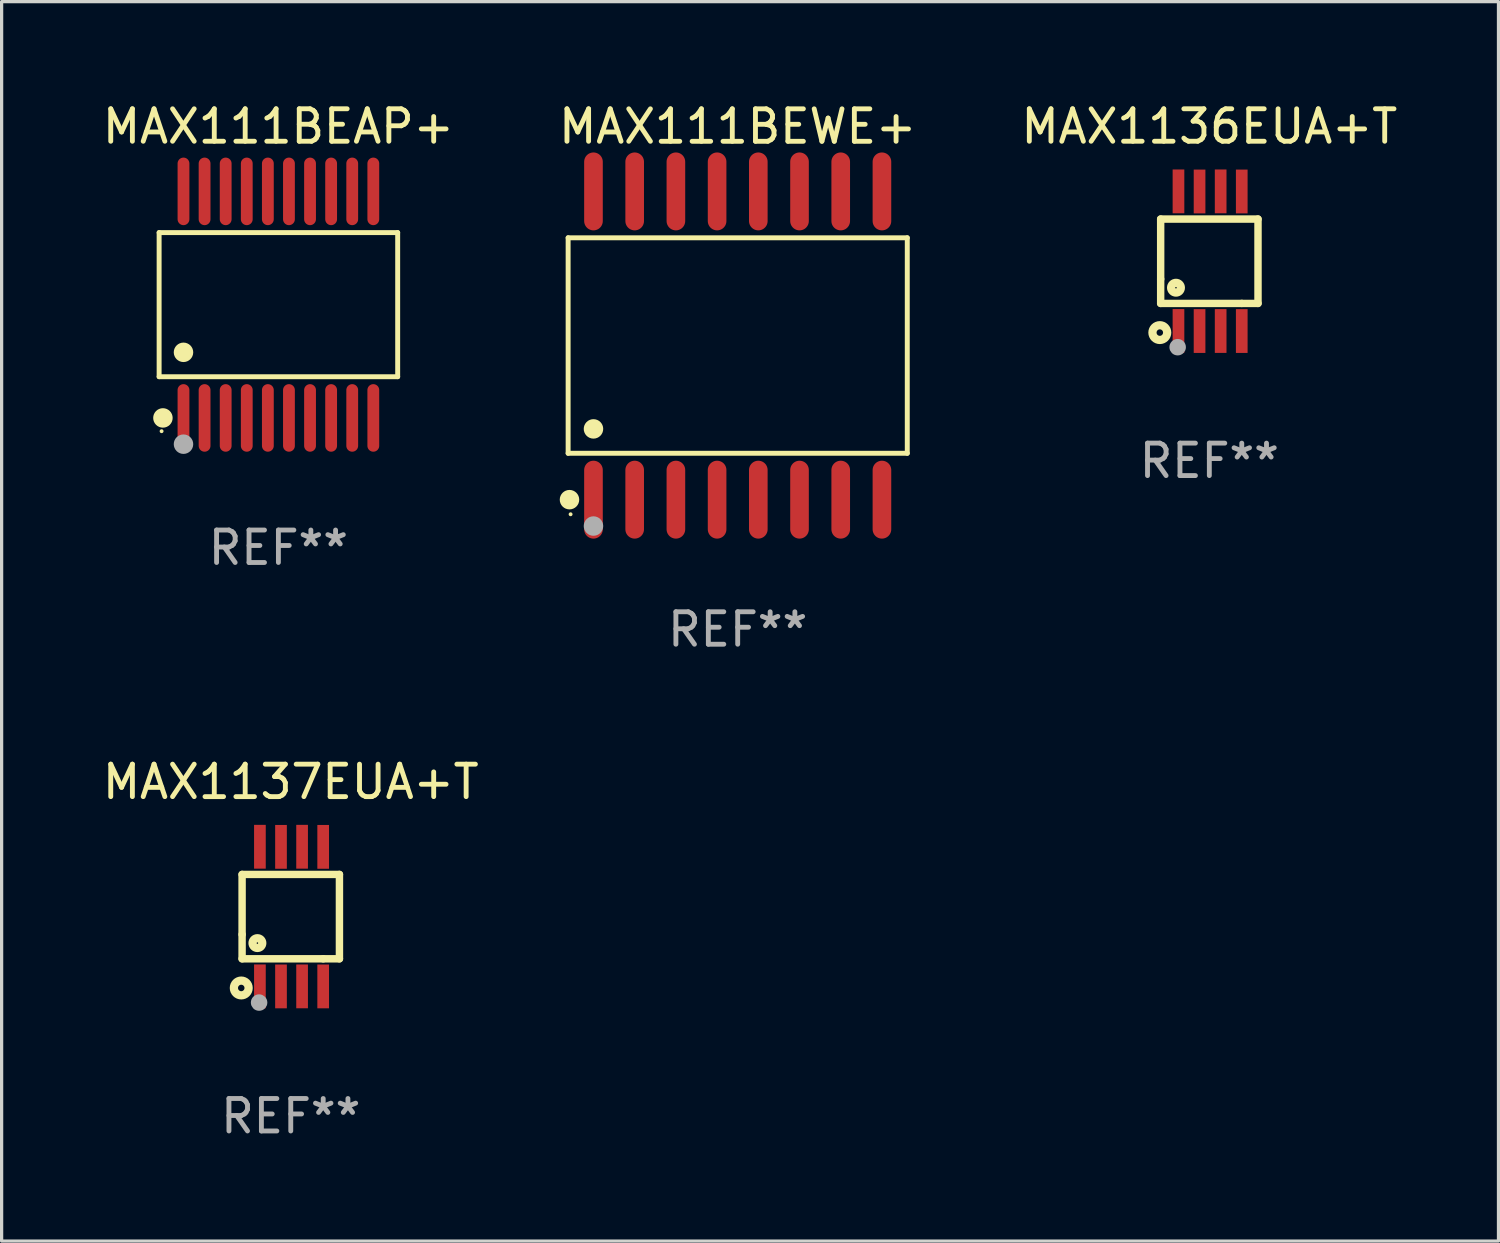
<source format=kicad_pcb>
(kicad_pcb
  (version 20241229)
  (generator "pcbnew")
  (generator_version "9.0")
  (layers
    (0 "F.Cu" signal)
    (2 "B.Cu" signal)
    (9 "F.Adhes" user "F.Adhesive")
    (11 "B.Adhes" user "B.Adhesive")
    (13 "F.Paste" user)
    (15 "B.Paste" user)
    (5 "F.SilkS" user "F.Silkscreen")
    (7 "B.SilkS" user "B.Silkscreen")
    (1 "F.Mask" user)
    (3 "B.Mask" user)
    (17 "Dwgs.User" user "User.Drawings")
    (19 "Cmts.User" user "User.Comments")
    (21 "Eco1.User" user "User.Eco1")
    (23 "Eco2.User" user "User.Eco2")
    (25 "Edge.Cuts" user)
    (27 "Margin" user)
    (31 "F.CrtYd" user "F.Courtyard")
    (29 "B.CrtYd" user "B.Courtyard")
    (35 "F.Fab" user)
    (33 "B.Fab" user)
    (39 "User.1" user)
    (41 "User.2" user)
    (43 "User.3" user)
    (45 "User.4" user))
  (footprint "MAX1137EUA+T"
    (layer "F.Cu")
    (at 5.911 25.198)
    (property "Reference" "MAX1137EUA+T" (at 0 -4.152 0) (layer "F.SilkS") (effects (font (size 1 1) (thickness 0.15))))
    (attr through_hole)
    (fp_line (start -1.5 1.301) (end 1 1.301) (stroke (width 0.229) (type solid)) (layer "F.SilkS"))
    (fp_line (start -1.5 -1.299) (end -1.5 0.551) (stroke (width 0.229) (type solid)) (layer "F.SilkS"))
    (fp_line (start -1.5 0.551) (end -1.5 1.301) (stroke (width 0.229) (type solid)) (layer "F.SilkS"))
    (fp_line (start 1 1.301) (end 1.5 1.301) (stroke (width 0.229) (type solid)) (layer "F.SilkS"))
    (fp_line (start 1.5 1.301) (end 1.5 -1.299) (stroke (width 0.229) (type solid)) (layer "F.SilkS"))
    (fp_line (start 1.5 -1.299) (end -1.5 -1.299) (stroke (width 0.229) (type solid)) (layer "F.SilkS"))
    (fp_circle (center -1.526 2.2) (end -1.426 2.2) (stroke (width 0.254) (type solid)) (fill no) (layer "F.SilkS"))
    (fp_circle (center -1.476 2.45) (end -1.446 2.45) (stroke (width 0.06) (type solid)) (fill no) (layer "F.SilkS"))
    (fp_circle (center -1.028 0.817) (end -0.878 0.817) (stroke (width 0.254) (type solid)) (fill no) (layer "F.SilkS"))
    (fp_circle (center -0.976 2.65) (end -0.849 2.65) (stroke (width 0.254) (type solid)) (fill no) (layer "F.Fab"))
    (fp_text user "REF**" (at 0 6.152 0) (layer "F.Fab") (effects (font (size 1 1) (thickness 0.15))))
    (pad "1" smd rect (at -0.951 2.15) (size 0.36 1.35) (layers "F.Cu" "F.Mask" "F.Paste"))
    (pad "2" smd rect (at -0.301 2.152) (size 0.36 1.35) (layers "F.Cu" "F.Mask" "F.Paste"))
    (pad "3" smd rect (at 0.349 2.151) (size 0.36 1.35) (layers "F.Cu" "F.Mask" "F.Paste"))
    (pad "4" smd rect (at 0.999 2.152) (size 0.36 1.35) (layers "F.Cu" "F.Mask" "F.Paste"))
    (pad "5" smd rect (at 0.999 -2.149) (size 0.36 1.35) (layers "F.Cu" "F.Mask" "F.Paste"))
    (pad "6" smd rect (at 0.349 -2.152) (size 0.36 1.35) (layers "F.Cu" "F.Mask" "F.Paste"))
    (pad "7" smd rect (at -0.301 -2.149) (size 0.36 1.35) (layers "F.Cu" "F.Mask" "F.Paste"))
    (pad "8" smd rect (at -0.951 -2.152) (size 0.36 1.35) (layers "F.Cu" "F.Mask" "F.Paste")))
  (footprint "MAX1136EUA+T"
    (layer "F.Cu")
    (at 34.22 5)
    (property "Reference" "MAX1136EUA+T" (at 0 -4.152 0) (layer "F.SilkS") (effects (font (size 1 1) (thickness 0.15))))
    (attr through_hole)
    (fp_line (start -1.5 1.301) (end 1 1.301) (stroke (width 0.229) (type solid)) (layer "F.SilkS"))
    (fp_line (start -1.5 -1.299) (end -1.5 0.551) (stroke (width 0.229) (type solid)) (layer "F.SilkS"))
    (fp_line (start -1.5 0.551) (end -1.5 1.301) (stroke (width 0.229) (type solid)) (layer "F.SilkS"))
    (fp_line (start 1 1.301) (end 1.5 1.301) (stroke (width 0.229) (type solid)) (layer "F.SilkS"))
    (fp_line (start 1.5 1.301) (end 1.5 -1.299) (stroke (width 0.229) (type solid)) (layer "F.SilkS"))
    (fp_line (start 1.5 -1.299) (end -1.5 -1.299) (stroke (width 0.229) (type solid)) (layer "F.SilkS"))
    (fp_circle (center -1.526 2.2) (end -1.426 2.2) (stroke (width 0.254) (type solid)) (fill no) (layer "F.SilkS"))
    (fp_circle (center -1.476 2.45) (end -1.446 2.45) (stroke (width 0.06) (type solid)) (fill no) (layer "F.SilkS"))
    (fp_circle (center -1.028 0.817) (end -0.878 0.817) (stroke (width 0.254) (type solid)) (fill no) (layer "F.SilkS"))
    (fp_circle (center -0.976 2.65) (end -0.849 2.65) (stroke (width 0.254) (type solid)) (fill no) (layer "F.Fab"))
    (fp_text user "REF**" (at 0 6.152 0) (layer "F.Fab") (effects (font (size 1 1) (thickness 0.15))))
    (pad "1" smd rect (at -0.951 2.15) (size 0.36 1.35) (layers "F.Cu" "F.Mask" "F.Paste"))
    (pad "2" smd rect (at -0.301 2.152) (size 0.36 1.35) (layers "F.Cu" "F.Mask" "F.Paste"))
    (pad "3" smd rect (at 0.349 2.151) (size 0.36 1.35) (layers "F.Cu" "F.Mask" "F.Paste"))
    (pad "4" smd rect (at 0.999 2.152) (size 0.36 1.35) (layers "F.Cu" "F.Mask" "F.Paste"))
    (pad "5" smd rect (at 0.999 -2.149) (size 0.36 1.35) (layers "F.Cu" "F.Mask" "F.Paste"))
    (pad "6" smd rect (at 0.349 -2.152) (size 0.36 1.35) (layers "F.Cu" "F.Mask" "F.Paste"))
    (pad "7" smd rect (at -0.301 -2.149) (size 0.36 1.35) (layers "F.Cu" "F.Mask" "F.Paste"))
    (pad "8" smd rect (at -0.951 -2.152) (size 0.36 1.35) (layers "F.Cu" "F.Mask" "F.Paste")))
  (footprint "MAX111BEWE+"
    (layer "F.Cu")
    (at 19.685 7.599)
    (property "Reference" "MAX111BEWE+" (at 0 -6.75 0) (layer "F.SilkS") (effects (font (size 1 1) (thickness 0.15))))
    (attr through_hole)
    (fp_line (start -5.226 -3.321) (end 5.226 -3.321) (stroke (width 0.152) (type solid)) (layer "F.SilkS"))
    (fp_line (start -5.226 3.321) (end -5.226 -3.321) (stroke (width 0.152) (type solid)) (layer "F.SilkS"))
    (fp_line (start 5.226 -3.321) (end 5.226 3.321) (stroke (width 0.152) (type solid)) (layer "F.SilkS"))
    (fp_line (start 5.226 3.321) (end -5.226 3.321) (stroke (width 0.152) (type solid)) (layer "F.SilkS"))
    (fp_circle (center -5.184 4.75) (end -5.034 4.75) (stroke (width 0.3) (type solid)) (fill no) (layer "F.SilkS"))
    (fp_circle (center -5.15 5.2) (end -5.12 5.2) (stroke (width 0.06) (type solid)) (fill no) (layer "F.SilkS"))
    (fp_circle (center -4.445 2.569) (end -4.295 2.569) (stroke (width 0.3) (type solid)) (fill no) (layer "F.SilkS"))
    (fp_circle (center -4.445 5.563) (end -4.295 5.563) (stroke (width 0.3) (type solid)) (fill no) (layer "F.Fab"))
    (fp_text user "REF**" (at 0 8.75 0) (layer "F.Fab") (effects (font (size 1 1) (thickness 0.15))))
    (pad "1" smd oval (at -4.445 4.75) (size 0.574 2.401) (layers "F.Cu" "F.Mask" "F.Paste"))
    (pad "2" smd oval (at -3.175 4.75) (size 0.574 2.401) (layers "F.Cu" "F.Mask" "F.Paste"))
    (pad "3" smd oval (at -1.905 4.75) (size 0.574 2.401) (layers "F.Cu" "F.Mask" "F.Paste"))
    (pad "4" smd oval (at -0.635 4.75) (size 0.574 2.401) (layers "F.Cu" "F.Mask" "F.Paste"))
    (pad "5" smd oval (at 0.635 4.75) (size 0.574 2.401) (layers "F.Cu" "F.Mask" "F.Paste"))
    (pad "6" smd oval (at 1.905 4.75) (size 0.574 2.401) (layers "F.Cu" "F.Mask" "F.Paste"))
    (pad "7" smd oval (at 3.175 4.75) (size 0.574 2.401) (layers "F.Cu" "F.Mask" "F.Paste"))
    (pad "8" smd oval (at 4.445 4.75) (size 0.574 2.401) (layers "F.Cu" "F.Mask" "F.Paste"))
    (pad "9" smd oval (at 4.445 -4.75) (size 0.574 2.401) (layers "F.Cu" "F.Mask" "F.Paste"))
    (pad "10" smd oval (at 3.175 -4.75) (size 0.574 2.401) (layers "F.Cu" "F.Mask" "F.Paste"))
    (pad "11" smd oval (at 1.905 -4.75) (size 0.574 2.401) (layers "F.Cu" "F.Mask" "F.Paste"))
    (pad "12" smd oval (at 0.635 -4.75) (size 0.574 2.401) (layers "F.Cu" "F.Mask" "F.Paste"))
    (pad "13" smd oval (at -0.635 -4.75) (size 0.574 2.401) (layers "F.Cu" "F.Mask" "F.Paste"))
    (pad "14" smd oval (at -1.905 -4.75) (size 0.574 2.401) (layers "F.Cu" "F.Mask" "F.Paste"))
    (pad "15" smd oval (at -3.175 -4.75) (size 0.574 2.401) (layers "F.Cu" "F.Mask" "F.Paste"))
    (pad "16" smd oval (at -4.445 -4.75) (size 0.574 2.401) (layers "F.Cu" "F.Mask" "F.Paste")))
  (footprint "MAX111BEAP+"
    (layer "F.Cu")
    (at 5.53 6.339)
    (property "Reference" "MAX111BEAP+" (at 0 -5.491 0) (layer "F.SilkS") (effects (font (size 1 1) (thickness 0.15))))
    (attr through_hole)
    (fp_line (start -3.676 -2.221) (end 3.676 -2.221) (stroke (width 0.152) (type solid)) (layer "F.SilkS"))
    (fp_line (start -3.676 2.221) (end -3.676 -2.221) (stroke (width 0.152) (type solid)) (layer "F.SilkS"))
    (fp_line (start 3.676 -2.221) (end 3.676 2.221) (stroke (width 0.152) (type solid)) (layer "F.SilkS"))
    (fp_line (start 3.676 2.221) (end -3.676 2.221) (stroke (width 0.152) (type solid)) (layer "F.SilkS"))
    (fp_circle (center -3.6 3.9) (end -3.57 3.9) (stroke (width 0.06) (type solid)) (fill no) (layer "F.SilkS"))
    (fp_circle (center -3.559 3.491) (end -3.409 3.491) (stroke (width 0.3) (type solid)) (fill no) (layer "F.SilkS"))
    (fp_circle (center -2.925 1.469) (end -2.775 1.469) (stroke (width 0.3) (type solid)) (fill no) (layer "F.SilkS"))
    (fp_circle (center -2.925 4.3) (end -2.775 4.3) (stroke (width 0.3) (type solid)) (fill no) (layer "F.Fab"))
    (fp_text user "REF**" (at 0 7.491 0) (layer "F.Fab") (effects (font (size 1 1) (thickness 0.15))))
    (pad "1" smd oval (at -2.925 3.491) (size 0.364 2.082) (layers "F.Cu" "F.Mask" "F.Paste"))
    (pad "2" smd oval (at -2.275 3.491) (size 0.364 2.082) (layers "F.Cu" "F.Mask" "F.Paste"))
    (pad "3" smd oval (at -1.625 3.491) (size 0.364 2.082) (layers "F.Cu" "F.Mask" "F.Paste"))
    (pad "4" smd oval (at -0.975 3.491) (size 0.364 2.082) (layers "F.Cu" "F.Mask" "F.Paste"))
    (pad "5" smd oval (at -0.325 3.491) (size 0.364 2.082) (layers "F.Cu" "F.Mask" "F.Paste"))
    (pad "6" smd oval (at 0.325 3.491) (size 0.364 2.082) (layers "F.Cu" "F.Mask" "F.Paste"))
    (pad "7" smd oval (at 0.975 3.491) (size 0.364 2.082) (layers "F.Cu" "F.Mask" "F.Paste"))
    (pad "8" smd oval (at 1.625 3.491) (size 0.364 2.082) (layers "F.Cu" "F.Mask" "F.Paste"))
    (pad "9" smd oval (at 2.275 3.491) (size 0.364 2.082) (layers "F.Cu" "F.Mask" "F.Paste"))
    (pad "10" smd oval (at 2.925 3.491) (size 0.364 2.082) (layers "F.Cu" "F.Mask" "F.Paste"))
    (pad "11" smd oval (at 2.925 -3.491) (size 0.364 2.082) (layers "F.Cu" "F.Mask" "F.Paste"))
    (pad "12" smd oval (at 2.275 -3.491) (size 0.364 2.082) (layers "F.Cu" "F.Mask" "F.Paste"))
    (pad "13" smd oval (at 1.625 -3.491) (size 0.364 2.082) (layers "F.Cu" "F.Mask" "F.Paste"))
    (pad "14" smd oval (at 0.975 -3.491) (size 0.364 2.082) (layers "F.Cu" "F.Mask" "F.Paste"))
    (pad "15" smd oval (at 0.325 -3.491) (size 0.364 2.082) (layers "F.Cu" "F.Mask" "F.Paste"))
    (pad "16" smd oval (at -0.325 -3.491) (size 0.364 2.082) (layers "F.Cu" "F.Mask" "F.Paste"))
    (pad "17" smd oval (at -0.975 -3.491) (size 0.364 2.082) (layers "F.Cu" "F.Mask" "F.Paste"))
    (pad "18" smd oval (at -1.625 -3.491) (size 0.364 2.082) (layers "F.Cu" "F.Mask" "F.Paste"))
    (pad "19" smd oval (at -2.275 -3.491) (size 0.364 2.082) (layers "F.Cu" "F.Mask" "F.Paste"))
    (pad "20" smd oval (at -2.925 -3.491) (size 0.364 2.082) (layers "F.Cu" "F.Mask" "F.Paste")))
  (gr_rect
    (start -3 -3)
    (end 43.131 35.198)
    (stroke (width 0.1) (type default))
    (fill no)
    (layer "Edge.Cuts")))
</source>
